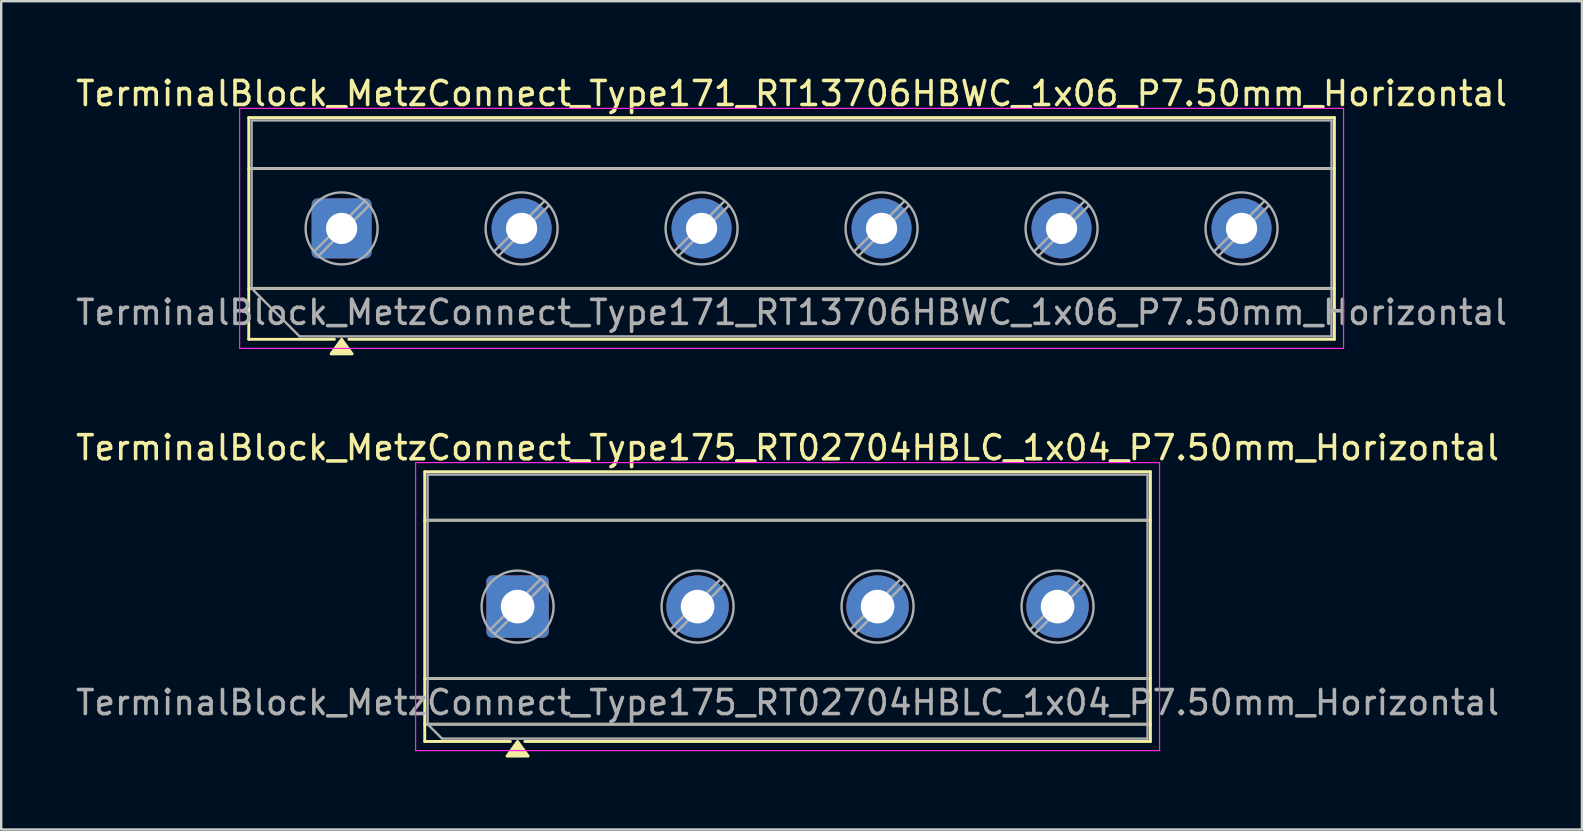
<source format=kicad_pcb>
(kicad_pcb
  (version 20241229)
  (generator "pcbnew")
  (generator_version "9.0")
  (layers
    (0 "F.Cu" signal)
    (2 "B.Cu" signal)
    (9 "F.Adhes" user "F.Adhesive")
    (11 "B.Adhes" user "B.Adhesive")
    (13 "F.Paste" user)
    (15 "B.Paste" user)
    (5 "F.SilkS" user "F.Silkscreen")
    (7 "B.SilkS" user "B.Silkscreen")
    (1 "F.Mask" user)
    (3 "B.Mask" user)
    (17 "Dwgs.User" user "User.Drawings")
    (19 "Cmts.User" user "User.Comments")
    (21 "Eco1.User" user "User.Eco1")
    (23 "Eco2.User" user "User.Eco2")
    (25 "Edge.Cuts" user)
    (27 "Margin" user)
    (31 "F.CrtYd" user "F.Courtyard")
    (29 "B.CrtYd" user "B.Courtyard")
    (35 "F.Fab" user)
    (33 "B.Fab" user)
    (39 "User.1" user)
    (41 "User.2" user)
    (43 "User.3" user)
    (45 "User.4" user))
  (footprint "TerminalBlock_MetzConnect_Type175_RT02704HBLC_1x04_P7.50mm_Horizontal"
    (layer "F.Cu")
    (at 18.518 22.227)
    (property "Reference" "TerminalBlock_MetzConnect_Type175_RT02704HBLC_1x04_P7.50mm_Horizontal" (at 11.25 -6.62 0) (layer "F.SilkS") (effects (font (size 1 1) (thickness 0.15))))
    (attr through_hole)
    (fp_line (start -3.87 -5.62) (end 26.37 -5.62) (stroke (width 0.12) (type solid)) (layer "F.SilkS"))
    (fp_line (start -3.87 -3.6) (end 26.37 -3.6) (stroke (width 0.12) (type solid)) (layer "F.SilkS"))
    (fp_line (start -3.87 3) (end 26.37 3) (stroke (width 0.12) (type solid)) (layer "F.SilkS"))
    (fp_line (start -3.87 4.9) (end 26.37 4.9) (stroke (width 0.12) (type solid)) (layer "F.SilkS"))
    (fp_line (start -3.87 5.62) (end -3.87 -5.62) (stroke (width 0.12) (type solid)) (layer "F.SilkS"))
    (fp_line (start -0.3 5.62) (end -3.87 5.62) (stroke (width 0.12) (type solid)) (layer "F.SilkS"))
    (fp_line (start 26.37 -5.62) (end 26.37 5.62) (stroke (width 0.12) (type solid)) (layer "F.SilkS"))
    (fp_line (start 26.37 5.62) (end 0.3 5.62) (stroke (width 0.12) (type solid)) (layer "F.SilkS"))
    (fp_poly (pts (xy 0 5.62) (xy 0.44 6.23) (xy -0.44 6.23)) (stroke (width 0.12) (type solid)) (fill yes) (layer "F.SilkS"))
    (fp_line (start -4.25 -6) (end -4.25 6) (stroke (width 0.05) (type solid)) (layer "F.CrtYd"))
    (fp_line (start -4.25 6) (end 26.75 6) (stroke (width 0.05) (type solid)) (layer "F.CrtYd"))
    (fp_line (start 26.75 -6) (end -4.25 -6) (stroke (width 0.05) (type solid)) (layer "F.CrtYd"))
    (fp_line (start 26.75 6) (end 26.75 -6) (stroke (width 0.05) (type solid)) (layer "F.CrtYd"))
    (fp_line (start -3.75 -5.5) (end 26.25 -5.5) (stroke (width 0.1) (type solid)) (layer "F.Fab"))
    (fp_line (start -3.75 -3.6) (end 26.25 -3.6) (stroke (width 0.1) (type solid)) (layer "F.Fab"))
    (fp_line (start -3.75 3) (end 26.25 3) (stroke (width 0.1) (type solid)) (layer "F.Fab"))
    (fp_line (start -3.75 4.9) (end -3.75 -5.5) (stroke (width 0.1) (type solid)) (layer "F.Fab"))
    (fp_line (start -3.75 4.9) (end 26.25 4.9) (stroke (width 0.1) (type solid)) (layer "F.Fab"))
    (fp_line (start -3.15 5.5) (end -3.75 4.9) (stroke (width 0.1) (type solid)) (layer "F.Fab"))
    (fp_line (start 0.955 -1.138) (end -1.138 0.955) (stroke (width 0.1) (type solid)) (layer "F.Fab"))
    (fp_line (start 1.138 -0.955) (end -0.955 1.138) (stroke (width 0.1) (type solid)) (layer "F.Fab"))
    (fp_line (start 8.455 -1.138) (end 6.362 0.955) (stroke (width 0.1) (type solid)) (layer "F.Fab"))
    (fp_line (start 8.638 -0.955) (end 6.545 1.138) (stroke (width 0.1) (type solid)) (layer "F.Fab"))
    (fp_line (start 15.955 -1.138) (end 13.862 0.955) (stroke (width 0.1) (type solid)) (layer "F.Fab"))
    (fp_line (start 16.138 -0.955) (end 14.045 1.138) (stroke (width 0.1) (type solid)) (layer "F.Fab"))
    (fp_line (start 23.455 -1.138) (end 21.362 0.955) (stroke (width 0.1) (type solid)) (layer "F.Fab"))
    (fp_line (start 23.638 -0.955) (end 21.545 1.138) (stroke (width 0.1) (type solid)) (layer "F.Fab"))
    (fp_line (start 26.25 -5.5) (end 26.25 5.5) (stroke (width 0.1) (type solid)) (layer "F.Fab"))
    (fp_line (start 26.25 5.5) (end -3.15 5.5) (stroke (width 0.1) (type solid)) (layer "F.Fab"))
    (fp_circle (center 0 0) (end 1.5 0) (stroke (width 0.1) (type solid)) (fill no) (layer "F.Fab"))
    (fp_circle (center 7.5 0) (end 9 0) (stroke (width 0.1) (type solid)) (fill no) (layer "F.Fab"))
    (fp_circle (center 15 0) (end 16.5 0) (stroke (width 0.1) (type solid)) (fill no) (layer "F.Fab"))
    (fp_circle (center 22.5 0) (end 24 0) (stroke (width 0.1) (type solid)) (fill no) (layer "F.Fab"))
    (fp_text user "${REFERENCE}" (at 11.25 4 0) (layer "F.Fab") (effects (font (size 1 1) (thickness 0.15))))
    (pad "1" thru_hole roundrect (at 0 0) (size 2.6 2.6) (drill 1.4) (layers "*.Cu" "*.Mask") (roundrect_rratio 0.096))
    (pad "2" thru_hole circle (at 7.5 0) (size 2.6 2.6) (drill 1.4) (layers "*.Cu" "*.Mask"))
    (pad "3" thru_hole circle (at 15 0) (size 2.6 2.6) (drill 1.4) (layers "*.Cu" "*.Mask"))
    (pad "4" thru_hole circle (at 22.5 0) (size 2.6 2.6) (drill 1.4) (layers "*.Cu" "*.Mask")))
  (footprint "TerminalBlock_MetzConnect_Type171_RT13706HBWC_1x06_P7.50mm_Horizontal"
    (layer "F.Cu")
    (at 11.185 6.468)
    (property "Reference" "TerminalBlock_MetzConnect_Type171_RT13706HBWC_1x06_P7.50mm_Horizontal" (at 18.75 -5.62 0) (layer "F.SilkS") (effects (font (size 1 1) (thickness 0.15))))
    (attr through_hole)
    (fp_line (start -3.87 -4.62) (end 41.37 -4.62) (stroke (width 0.12) (type solid)) (layer "F.SilkS"))
    (fp_line (start -3.87 -2.5) (end 41.37 -2.5) (stroke (width 0.12) (type solid)) (layer "F.SilkS"))
    (fp_line (start -3.87 2.5) (end 41.37 2.5) (stroke (width 0.12) (type solid)) (layer "F.SilkS"))
    (fp_line (start -3.87 4.62) (end -3.87 -4.62) (stroke (width 0.12) (type solid)) (layer "F.SilkS"))
    (fp_line (start -0.3 4.62) (end -3.87 4.62) (stroke (width 0.12) (type solid)) (layer "F.SilkS"))
    (fp_line (start 41.37 -4.62) (end 41.37 4.62) (stroke (width 0.12) (type solid)) (layer "F.SilkS"))
    (fp_line (start 41.37 4.62) (end 0.3 4.62) (stroke (width 0.12) (type solid)) (layer "F.SilkS"))
    (fp_poly (pts (xy 0 4.62) (xy 0.44 5.23) (xy -0.44 5.23)) (stroke (width 0.12) (type solid)) (fill yes) (layer "F.SilkS"))
    (fp_line (start -4.25 -5) (end -4.25 5) (stroke (width 0.05) (type solid)) (layer "F.CrtYd"))
    (fp_line (start -4.25 5) (end 41.75 5) (stroke (width 0.05) (type solid)) (layer "F.CrtYd"))
    (fp_line (start 41.75 -5) (end -4.25 -5) (stroke (width 0.05) (type solid)) (layer "F.CrtYd"))
    (fp_line (start 41.75 5) (end 41.75 -5) (stroke (width 0.05) (type solid)) (layer "F.CrtYd"))
    (fp_line (start -3.75 -4.5) (end 41.25 -4.5) (stroke (width 0.1) (type solid)) (layer "F.Fab"))
    (fp_line (start -3.75 -2.5) (end 41.25 -2.5) (stroke (width 0.1) (type solid)) (layer "F.Fab"))
    (fp_line (start -3.75 2.5) (end -3.75 -4.5) (stroke (width 0.1) (type solid)) (layer "F.Fab"))
    (fp_line (start -3.75 2.5) (end 41.25 2.5) (stroke (width 0.1) (type solid)) (layer "F.Fab"))
    (fp_line (start -1.75 4.5) (end -3.75 2.5) (stroke (width 0.1) (type solid)) (layer "F.Fab"))
    (fp_line (start 0.955 -1.138) (end -1.138 0.955) (stroke (width 0.1) (type solid)) (layer "F.Fab"))
    (fp_line (start 1.138 -0.955) (end -0.955 1.138) (stroke (width 0.1) (type solid)) (layer "F.Fab"))
    (fp_line (start 8.455 -1.138) (end 6.362 0.955) (stroke (width 0.1) (type solid)) (layer "F.Fab"))
    (fp_line (start 8.638 -0.955) (end 6.545 1.138) (stroke (width 0.1) (type solid)) (layer "F.Fab"))
    (fp_line (start 15.955 -1.138) (end 13.862 0.955) (stroke (width 0.1) (type solid)) (layer "F.Fab"))
    (fp_line (start 16.138 -0.955) (end 14.045 1.138) (stroke (width 0.1) (type solid)) (layer "F.Fab"))
    (fp_line (start 23.455 -1.138) (end 21.362 0.955) (stroke (width 0.1) (type solid)) (layer "F.Fab"))
    (fp_line (start 23.638 -0.955) (end 21.545 1.138) (stroke (width 0.1) (type solid)) (layer "F.Fab"))
    (fp_line (start 30.955 -1.138) (end 28.862 0.955) (stroke (width 0.1) (type solid)) (layer "F.Fab"))
    (fp_line (start 31.138 -0.955) (end 29.045 1.138) (stroke (width 0.1) (type solid)) (layer "F.Fab"))
    (fp_line (start 38.455 -1.138) (end 36.362 0.955) (stroke (width 0.1) (type solid)) (layer "F.Fab"))
    (fp_line (start 38.638 -0.955) (end 36.545 1.138) (stroke (width 0.1) (type solid)) (layer "F.Fab"))
    (fp_line (start 41.25 -4.5) (end 41.25 4.5) (stroke (width 0.1) (type solid)) (layer "F.Fab"))
    (fp_line (start 41.25 4.5) (end -1.75 4.5) (stroke (width 0.1) (type solid)) (layer "F.Fab"))
    (fp_circle (center 0 0) (end 1.5 0) (stroke (width 0.1) (type solid)) (fill no) (layer "F.Fab"))
    (fp_circle (center 7.5 0) (end 9 0) (stroke (width 0.1) (type solid)) (fill no) (layer "F.Fab"))
    (fp_circle (center 15 0) (end 16.5 0) (stroke (width 0.1) (type solid)) (fill no) (layer "F.Fab"))
    (fp_circle (center 22.5 0) (end 24 0) (stroke (width 0.1) (type solid)) (fill no) (layer "F.Fab"))
    (fp_circle (center 30 0) (end 31.5 0) (stroke (width 0.1) (type solid)) (fill no) (layer "F.Fab"))
    (fp_circle (center 37.5 0) (end 39 0) (stroke (width 0.1) (type solid)) (fill no) (layer "F.Fab"))
    (fp_text user "${REFERENCE}" (at 18.75 3.5 0) (layer "F.Fab") (effects (font (size 1 1) (thickness 0.15))))
    (pad "1" thru_hole roundrect (at 0 0) (size 2.5 2.5) (drill 1.3) (layers "*.Cu" "*.Mask") (roundrect_rratio 0.1))
    (pad "2" thru_hole circle (at 7.5 0) (size 2.5 2.5) (drill 1.3) (layers "*.Cu" "*.Mask"))
    (pad "3" thru_hole circle (at 15 0) (size 2.5 2.5) (drill 1.3) (layers "*.Cu" "*.Mask"))
    (pad "4" thru_hole circle (at 22.5 0) (size 2.5 2.5) (drill 1.3) (layers "*.Cu" "*.Mask"))
    (pad "5" thru_hole circle (at 30 0) (size 2.5 2.5) (drill 1.3) (layers "*.Cu" "*.Mask"))
    (pad "6" thru_hole circle (at 37.5 0) (size 2.5 2.5) (drill 1.3) (layers "*.Cu" "*.Mask")))
  (gr_rect
    (start -3 -3)
    (end 62.869 31.517)
    (stroke (width 0.1) (type default))
    (fill no)
    (layer "Edge.Cuts")))
</source>
